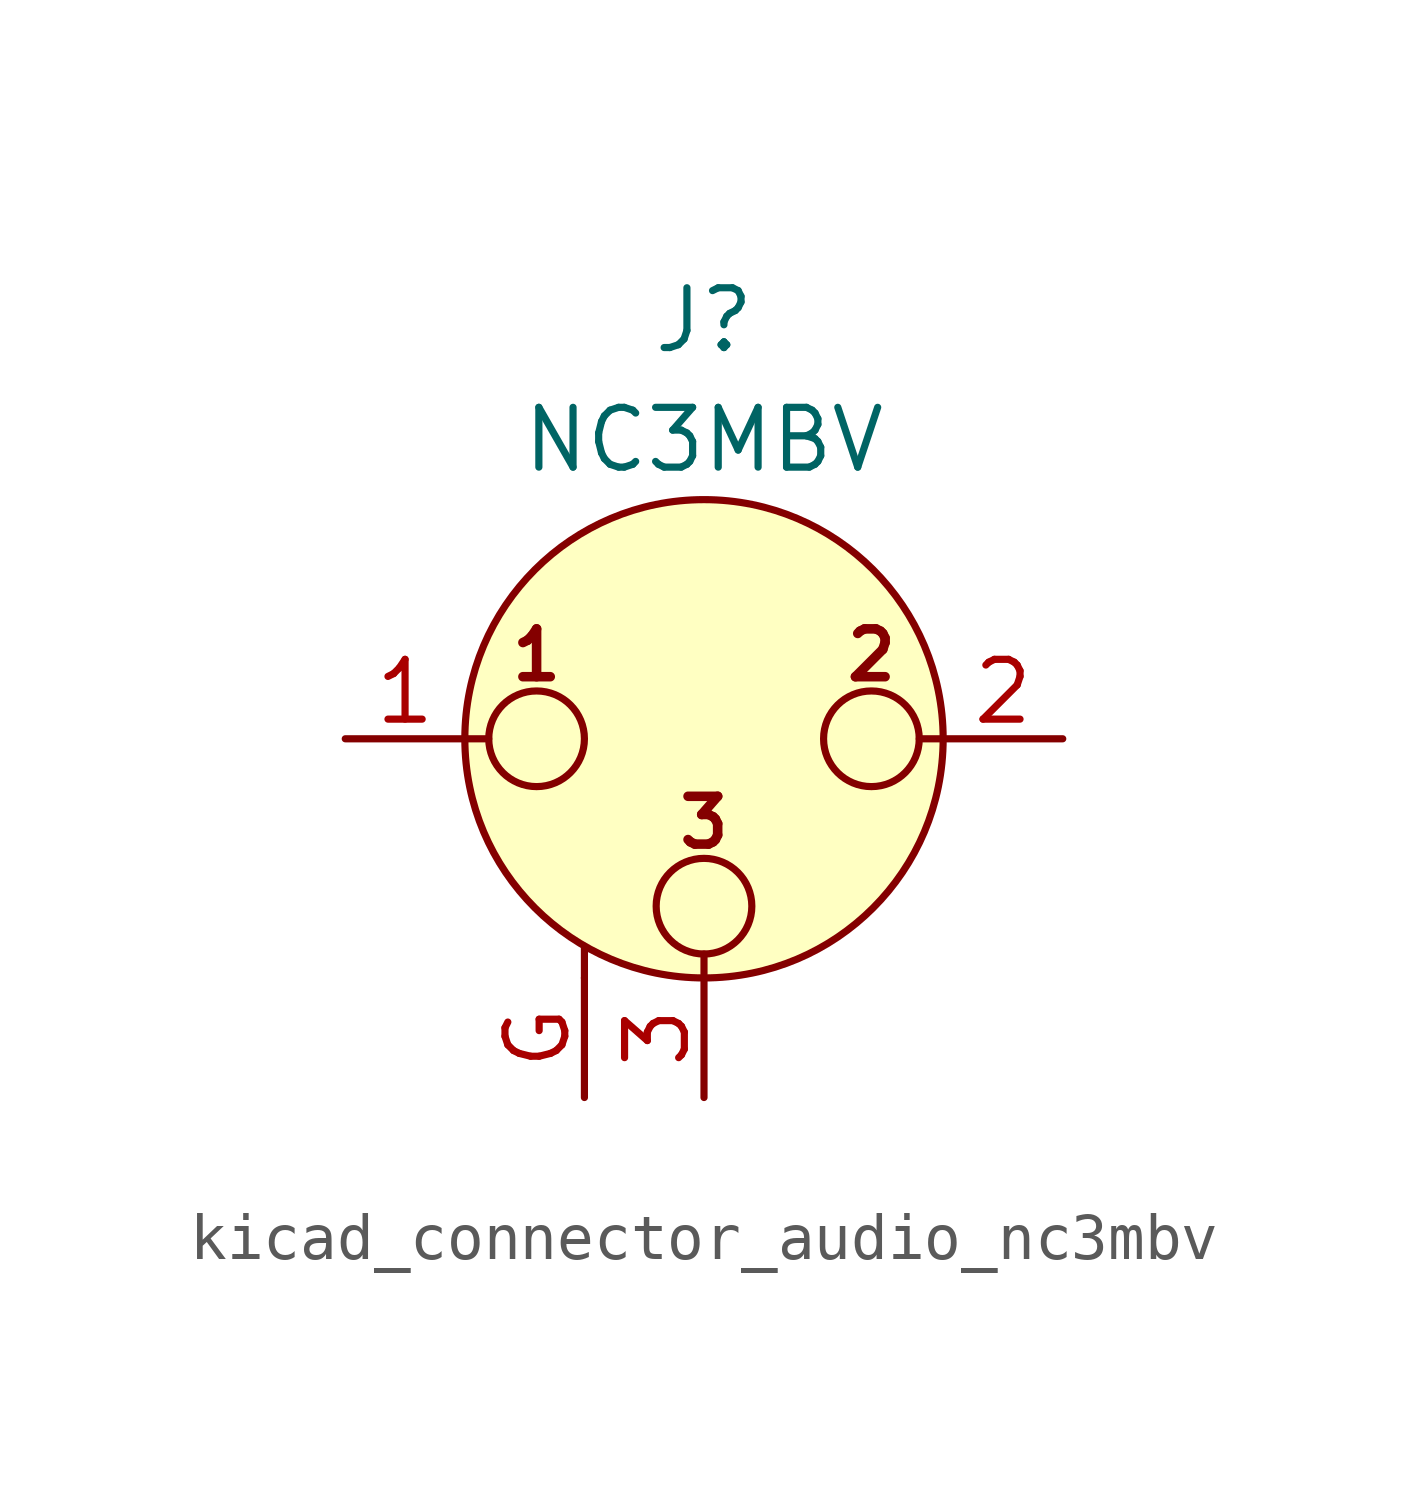
<source format=kicad_sym>
(kicad_symbol_lib
  (version 20220914)
  (generator kicad_symbol_editor)
  (symbol "kicad_connector_audio_nc3mbv"
    (pin_names hide)
    (property "Reference" "J"
      (at 0 8.89 0)
      (effects (font (size 1.27 1.27))))
    (property "Value" "NC3MBV"
      (at 0 6.35 0)
      (effects (font (size 1.27 1.27))))
    (symbol "kicad_connector_audio_nc3mbv_0_1"
      (circle (center -3.556 0) (radius 1.016) (stroke (width 0) (type default)) (fill (type none)))
      (circle (center 0 -3.556) (radius 1.016) (stroke (width 0) (type default)) (fill (type none)))
      (polyline (pts (xy -5.08 0) (xy -4.572 0)) (stroke (width 0) (type default)) (fill (type none)))
      (polyline (pts (xy -2.54 -5.08) (xy -2.54 -4.445)) (stroke (width 0) (type default)) (fill (type none)))
      (polyline (pts (xy 0 -5.08) (xy 0 -4.572)) (stroke (width 0) (type default)) (fill (type none)))
      (polyline (pts (xy 5.08 0) (xy 4.572 0)) (stroke (width 0) (type default)) (fill (type none)))
      (circle (center 0 0) (radius 5.08) (stroke (width 0) (type default)) (fill (type background)))
      (circle (center 3.556 0) (radius 1.016) (stroke (width 0) (type default)) (fill (type none)))
      (text "1" (at -3.556 1.778 0) (effects (font (size 1.016 1.016) bold)))
      (text "2" (at 3.556 1.778 0) (effects (font (size 1.016 1.016) bold)))
      (text "3" (at 0 -1.778 0) (effects (font (size 1.016 1.016) bold)))
      (pin passive line (at -7.62 0 0) (length 2.54) (name "~" (effects (font (size 1.27 1.27)))) (number "1" (effects (font (size 1.27 1.27)))))
      (pin passive line (at 7.62 0 180) (length 2.54) (name "~" (effects (font (size 1.27 1.27)))) (number "2" (effects (font (size 1.27 1.27)))))
      (pin passive line (at 0 -7.62 90) (length 2.54) (name "~" (effects (font (size 1.27 1.27)))) (number "3" (effects (font (size 1.27 1.27))))))
    (symbol "kicad_connector_audio_nc3mbv_1_1"
      (pin passive line (at -2.54 -7.62 90) (length 2.54) (name "~" (effects (font (size 1.27 1.27)))) (number "G" (effects (font (size 1.27 1.27))))))))
</source>
